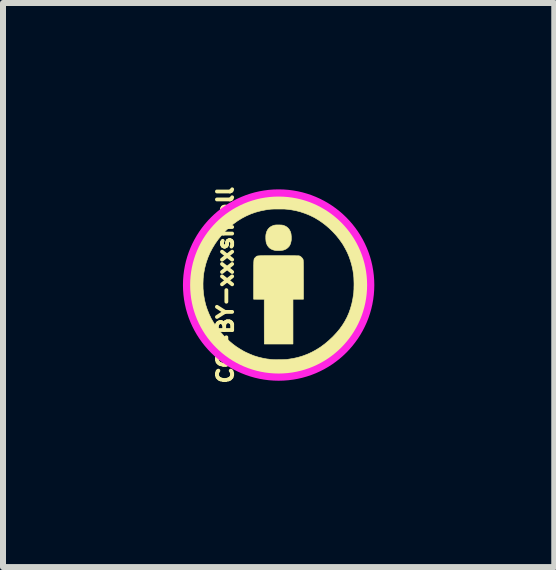
<source format=kicad_pcb>
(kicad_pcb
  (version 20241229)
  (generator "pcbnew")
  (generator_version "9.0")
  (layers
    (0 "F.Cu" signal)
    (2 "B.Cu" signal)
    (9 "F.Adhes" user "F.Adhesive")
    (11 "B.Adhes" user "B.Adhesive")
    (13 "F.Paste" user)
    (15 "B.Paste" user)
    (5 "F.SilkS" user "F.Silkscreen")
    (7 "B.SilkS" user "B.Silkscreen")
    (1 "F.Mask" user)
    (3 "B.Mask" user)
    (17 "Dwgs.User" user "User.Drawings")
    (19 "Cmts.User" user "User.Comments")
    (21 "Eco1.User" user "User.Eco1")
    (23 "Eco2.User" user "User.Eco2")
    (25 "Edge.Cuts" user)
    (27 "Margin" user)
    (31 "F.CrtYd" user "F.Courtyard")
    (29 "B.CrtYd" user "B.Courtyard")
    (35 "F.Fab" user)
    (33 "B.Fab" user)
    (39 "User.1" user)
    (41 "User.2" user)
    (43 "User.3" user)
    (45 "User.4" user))
  (footprint "CC-BY-xxxsmall"
    (layer "F.Cu")
    (at 1.596 1.703)
    (property "Reference" "CC-BY-xxxsmall" (at -0.889 0 90) (layer "F.SilkS") (effects (font (size 0.254 0.254) (thickness 0.064))))
    (attr through_hole)
    (fp_poly (pts (xy 0.019 -1.002) (xy 0.036 -1.001) (xy 0.048 -1.001) (xy 0.059 -0.999) (xy 0.068 -0.998) (xy 0.076 -0.996) (xy 0.108 -0.984) (xy 0.136 -0.968) (xy 0.16 -0.947) (xy 0.179 -0.923) (xy 0.194 -0.894) (xy 0.204 -0.865) (xy 0.207 -0.849) (xy 0.209 -0.83) (xy 0.211 -0.808) (xy 0.211 -0.785) (xy 0.211 -0.763) (xy 0.21 -0.745) (xy 0.209 -0.738) (xy 0.201 -0.703) (xy 0.19 -0.672) (xy 0.174 -0.645) (xy 0.153 -0.623) (xy 0.129 -0.604) (xy 0.1 -0.59) (xy 0.076 -0.582) (xy 0.062 -0.58) (xy 0.045 -0.578) (xy 0.024 -0.576) (xy 0.003 -0.576) (xy -0.019 -0.576) (xy -0.039 -0.576) (xy -0.056 -0.578) (xy -0.064 -0.579) (xy -0.098 -0.588) (xy -0.127 -0.602) (xy -0.153 -0.619) (xy -0.173 -0.641) (xy -0.19 -0.666) (xy -0.203 -0.697) (xy -0.207 -0.711) (xy -0.21 -0.726) (xy -0.212 -0.747) (xy -0.214 -0.774) (xy -0.214 -0.777) (xy -0.214 -0.797) (xy -0.214 -0.813) (xy -0.213 -0.826) (xy -0.212 -0.838) (xy -0.21 -0.851) (xy -0.209 -0.853) (xy -0.2 -0.887) (xy -0.186 -0.917) (xy -0.168 -0.942) (xy -0.146 -0.963) (xy -0.119 -0.98) (xy -0.088 -0.993) (xy -0.079 -0.996) (xy -0.069 -0.998) (xy -0.06 -1) (xy -0.049 -1.001) (xy -0.036 -1.002) (xy -0.019 -1.002) (xy -0.002 -1.002) (xy 0.019 -1.002)) (stroke (width 0.01) (type solid)) (fill yes) (layer "F.SilkS"))
    (fp_poly (pts (xy -0.073 -0.49) (xy -0.021 -0.49) (xy -0.003 -0.49) (xy 0.056 -0.49) (xy 0.11 -0.49) (xy 0.158 -0.49) (xy 0.201 -0.489) (xy 0.239 -0.489) (xy 0.271 -0.489) (xy 0.297 -0.488) (xy 0.317 -0.488) (xy 0.332 -0.488) (xy 0.34 -0.487) (xy 0.342 -0.487) (xy 0.359 -0.48) (xy 0.375 -0.468) (xy 0.39 -0.453) (xy 0.402 -0.437) (xy 0.408 -0.424) (xy 0.409 -0.421) (xy 0.41 -0.417) (xy 0.41 -0.41) (xy 0.411 -0.401) (xy 0.411 -0.389) (xy 0.412 -0.373) (xy 0.412 -0.355) (xy 0.412 -0.333) (xy 0.413 -0.306) (xy 0.413 -0.275) (xy 0.413 -0.24) (xy 0.413 -0.199) (xy 0.413 -0.154) (xy 0.413 -0.102) (xy 0.414 -0.088) (xy 0.414 0.236) (xy 0.239 0.236) (xy 0.239 0.983) (xy -0.239 0.983) (xy -0.24 0.61) (xy -0.24 0.237) (xy -0.329 0.237) (xy -0.417 0.236) (xy -0.417 -0.088) (xy -0.416 -0.141) (xy -0.416 -0.188) (xy -0.416 -0.23) (xy -0.416 -0.267) (xy -0.416 -0.299) (xy -0.416 -0.327) (xy -0.415 -0.351) (xy -0.415 -0.371) (xy -0.414 -0.388) (xy -0.413 -0.402) (xy -0.412 -0.414) (xy -0.41 -0.423) (xy -0.409 -0.431) (xy -0.407 -0.437) (xy -0.404 -0.442) (xy -0.402 -0.446) (xy -0.398 -0.449) (xy -0.395 -0.453) (xy -0.391 -0.457) (xy -0.386 -0.461) (xy -0.386 -0.461) (xy -0.382 -0.466) (xy -0.378 -0.47) (xy -0.375 -0.473) (xy -0.371 -0.476) (xy -0.367 -0.479) (xy -0.363 -0.481) (xy -0.357 -0.483) (xy -0.349 -0.485) (xy -0.34 -0.486) (xy -0.329 -0.487) (xy -0.315 -0.488) (xy -0.299 -0.489) (xy -0.279 -0.489) (xy -0.255 -0.489) (xy -0.228 -0.49) (xy -0.196 -0.49) (xy -0.16 -0.49) (xy -0.119 -0.49) (xy -0.073 -0.49)) (stroke (width 0.01) (type solid)) (fill yes) (layer "F.SilkS"))
    (fp_poly (pts (xy 0.097 -1.545) (xy 0.195 -1.537) (xy 0.291 -1.523) (xy 0.384 -1.504) (xy 0.475 -1.479) (xy 0.563 -1.449) (xy 0.648 -1.413) (xy 0.731 -1.372) (xy 0.811 -1.325) (xy 0.889 -1.273) (xy 0.964 -1.216) (xy 1.036 -1.153) (xy 1.051 -1.14) (xy 1.121 -1.069) (xy 1.186 -0.997) (xy 1.245 -0.923) (xy 1.298 -0.847) (xy 1.346 -0.768) (xy 1.389 -0.687) (xy 1.426 -0.604) (xy 1.457 -0.518) (xy 1.484 -0.429) (xy 1.505 -0.337) (xy 1.521 -0.242) (xy 1.529 -0.174) (xy 1.531 -0.154) (xy 1.532 -0.128) (xy 1.533 -0.099) (xy 1.534 -0.067) (xy 1.534 -0.033) (xy 1.535 0.001) (xy 1.534 0.035) (xy 1.534 0.067) (xy 1.533 0.096) (xy 1.532 0.121) (xy 1.531 0.141) (xy 1.519 0.236) (xy 1.503 0.329) (xy 1.482 0.417) (xy 1.456 0.503) (xy 1.425 0.586) (xy 1.389 0.666) (xy 1.348 0.744) (xy 1.302 0.82) (xy 1.293 0.833) (xy 1.244 0.902) (xy 1.189 0.969) (xy 1.13 1.035) (xy 1.066 1.098) (xy 0.998 1.158) (xy 0.928 1.215) (xy 0.855 1.268) (xy 0.78 1.316) (xy 0.774 1.319) (xy 0.754 1.331) (xy 0.73 1.344) (xy 0.703 1.358) (xy 0.675 1.372) (xy 0.648 1.385) (xy 0.623 1.397) (xy 0.602 1.407) (xy 0.602 1.407) (xy 0.517 1.44) (xy 0.432 1.467) (xy 0.344 1.49) (xy 0.254 1.507) (xy 0.162 1.519) (xy 0.105 1.524) (xy 0.084 1.525) (xy 0.058 1.526) (xy 0.029 1.526) (xy -0.002 1.527) (xy -0.033 1.526) (xy -0.063 1.526) (xy -0.09 1.525) (xy -0.113 1.524) (xy -0.119 1.524) (xy -0.215 1.514) (xy -0.308 1.499) (xy -0.399 1.477) (xy -0.488 1.451) (xy -0.575 1.418) (xy -0.66 1.38) (xy -0.743 1.336) (xy -0.824 1.287) (xy -0.903 1.232) (xy -0.979 1.172) (xy -1.053 1.106) (xy -1.083 1.076) (xy -1.151 1.005) (xy -1.214 0.931) (xy -1.272 0.854) (xy -1.324 0.776) (xy -1.37 0.695) (xy -1.411 0.612) (xy -1.446 0.526) (xy -1.475 0.438) (xy -1.499 0.348) (xy -1.509 0.305) (xy -1.518 0.258) (xy -1.525 0.212) (xy -1.53 0.166) (xy -1.534 0.119) (xy -1.537 0.068) (xy -1.538 0.024) (xy -1.538 -0.025) (xy -1.261 -0.025) (xy -1.26 0.06) (xy -1.252 0.146) (xy -1.25 0.163) (xy -1.236 0.246) (xy -1.217 0.327) (xy -1.191 0.406) (xy -1.16 0.483) (xy -1.124 0.559) (xy -1.081 0.632) (xy -1.033 0.703) (xy -0.98 0.772) (xy -0.921 0.839) (xy -0.874 0.887) (xy -0.818 0.939) (xy -0.762 0.986) (xy -0.705 1.028) (xy -0.646 1.066) (xy -0.585 1.102) (xy -0.546 1.122) (xy -0.477 1.153) (xy -0.41 1.18) (xy -0.342 1.201) (xy -0.272 1.218) (xy -0.199 1.232) (xy -0.163 1.236) (xy -0.145 1.239) (xy -0.129 1.241) (xy -0.116 1.242) (xy -0.103 1.243) (xy -0.09 1.244) (xy -0.076 1.244) (xy -0.06 1.245) (xy -0.042 1.245) (xy -0.019 1.245) (xy 0.008 1.244) (xy 0.017 1.244) (xy 0.053 1.244) (xy 0.084 1.243) (xy 0.11 1.242) (xy 0.132 1.241) (xy 0.151 1.239) (xy 0.154 1.238) (xy 0.239 1.225) (xy 0.321 1.207) (xy 0.401 1.183) (xy 0.478 1.154) (xy 0.553 1.12) (xy 0.626 1.08) (xy 0.698 1.035) (xy 0.767 0.984) (xy 0.835 0.927) (xy 0.902 0.864) (xy 0.909 0.857) (xy 0.966 0.796) (xy 1.018 0.734) (xy 1.064 0.67) (xy 1.105 0.604) (xy 1.141 0.536) (xy 1.172 0.465) (xy 1.198 0.391) (xy 1.22 0.313) (xy 1.237 0.232) (xy 1.25 0.147) (xy 1.251 0.142) (xy 1.253 0.122) (xy 1.254 0.096) (xy 1.256 0.067) (xy 1.256 0.036) (xy 1.257 0.002) (xy 1.257 -0.031) (xy 1.256 -0.064) (xy 1.255 -0.095) (xy 1.254 -0.123) (xy 1.252 -0.147) (xy 1.251 -0.16) (xy 1.239 -0.244) (xy 1.222 -0.323) (xy 1.201 -0.398) (xy 1.176 -0.471) (xy 1.146 -0.542) (xy 1.111 -0.61) (xy 1.072 -0.678) (xy 1.049 -0.712) (xy 1.004 -0.774) (xy 0.954 -0.835) (xy 0.9 -0.893) (xy 0.842 -0.949) (xy 0.782 -1) (xy 0.742 -1.031) (xy 0.672 -1.08) (xy 0.599 -1.124) (xy 0.524 -1.161) (xy 0.446 -1.193) (xy 0.367 -1.22) (xy 0.286 -1.241) (xy 0.21 -1.255) (xy 0.185 -1.258) (xy 0.163 -1.261) (xy 0.143 -1.264) (xy 0.125 -1.265) (xy 0.106 -1.267) (xy 0.085 -1.268) (xy 0.062 -1.268) (xy 0.036 -1.268) (xy 0.005 -1.268) (xy 0 -1.268) (xy -0.036 -1.268) (xy -0.067 -1.268) (xy -0.094 -1.267) (xy -0.118 -1.266) (xy -0.141 -1.264) (xy -0.164 -1.261) (xy -0.187 -1.258) (xy -0.213 -1.254) (xy -0.219 -1.253) (xy -0.303 -1.236) (xy -0.385 -1.214) (xy -0.464 -1.186) (xy -0.541 -1.152) (xy -0.615 -1.113) (xy -0.686 -1.069) (xy -0.755 -1.019) (xy -0.822 -0.963) (xy -0.886 -0.903) (xy -0.947 -0.837) (xy -0.952 -0.83) (xy -1.009 -0.76) (xy -1.06 -0.688) (xy -1.105 -0.614) (xy -1.145 -0.538) (xy -1.178 -0.461) (xy -1.206 -0.381) (xy -1.214 -0.354) (xy -1.234 -0.275) (xy -1.249 -0.193) (xy -1.258 -0.11) (xy -1.261 -0.025) (xy -1.538 -0.025) (xy -1.538 -0.073) (xy -1.532 -0.168) (xy -1.521 -0.261) (xy -1.504 -0.351) (xy -1.482 -0.439) (xy -1.454 -0.526) (xy -1.447 -0.546) (xy -1.412 -0.631) (xy -1.372 -0.714) (xy -1.327 -0.795) (xy -1.277 -0.873) (xy -1.221 -0.949) (xy -1.162 -1.022) (xy -1.098 -1.091) (xy -1.031 -1.156) (xy -0.96 -1.217) (xy -0.886 -1.274) (xy -0.809 -1.326) (xy -0.742 -1.365) (xy -0.661 -1.407) (xy -0.577 -1.444) (xy -0.49 -1.475) (xy -0.401 -1.5) (xy -0.31 -1.521) (xy -0.215 -1.535) (xy -0.119 -1.544) (xy -0.02 -1.548) (xy -0.003 -1.548) (xy 0.097 -1.545)) (stroke (width 0.01) (type solid)) (fill yes) (layer "F.SilkS"))
    (fp_circle (center 0 0) (end -1.333 0.762) (stroke (width 0.12) (type solid)) (fill no) (layer "F.CrtYd")))
  (gr_rect
    (start -3 -3)
    (end 6.192 6.405)
    (stroke (width 0.1) (type default))
    (fill no)
    (layer "Edge.Cuts")))
</source>
